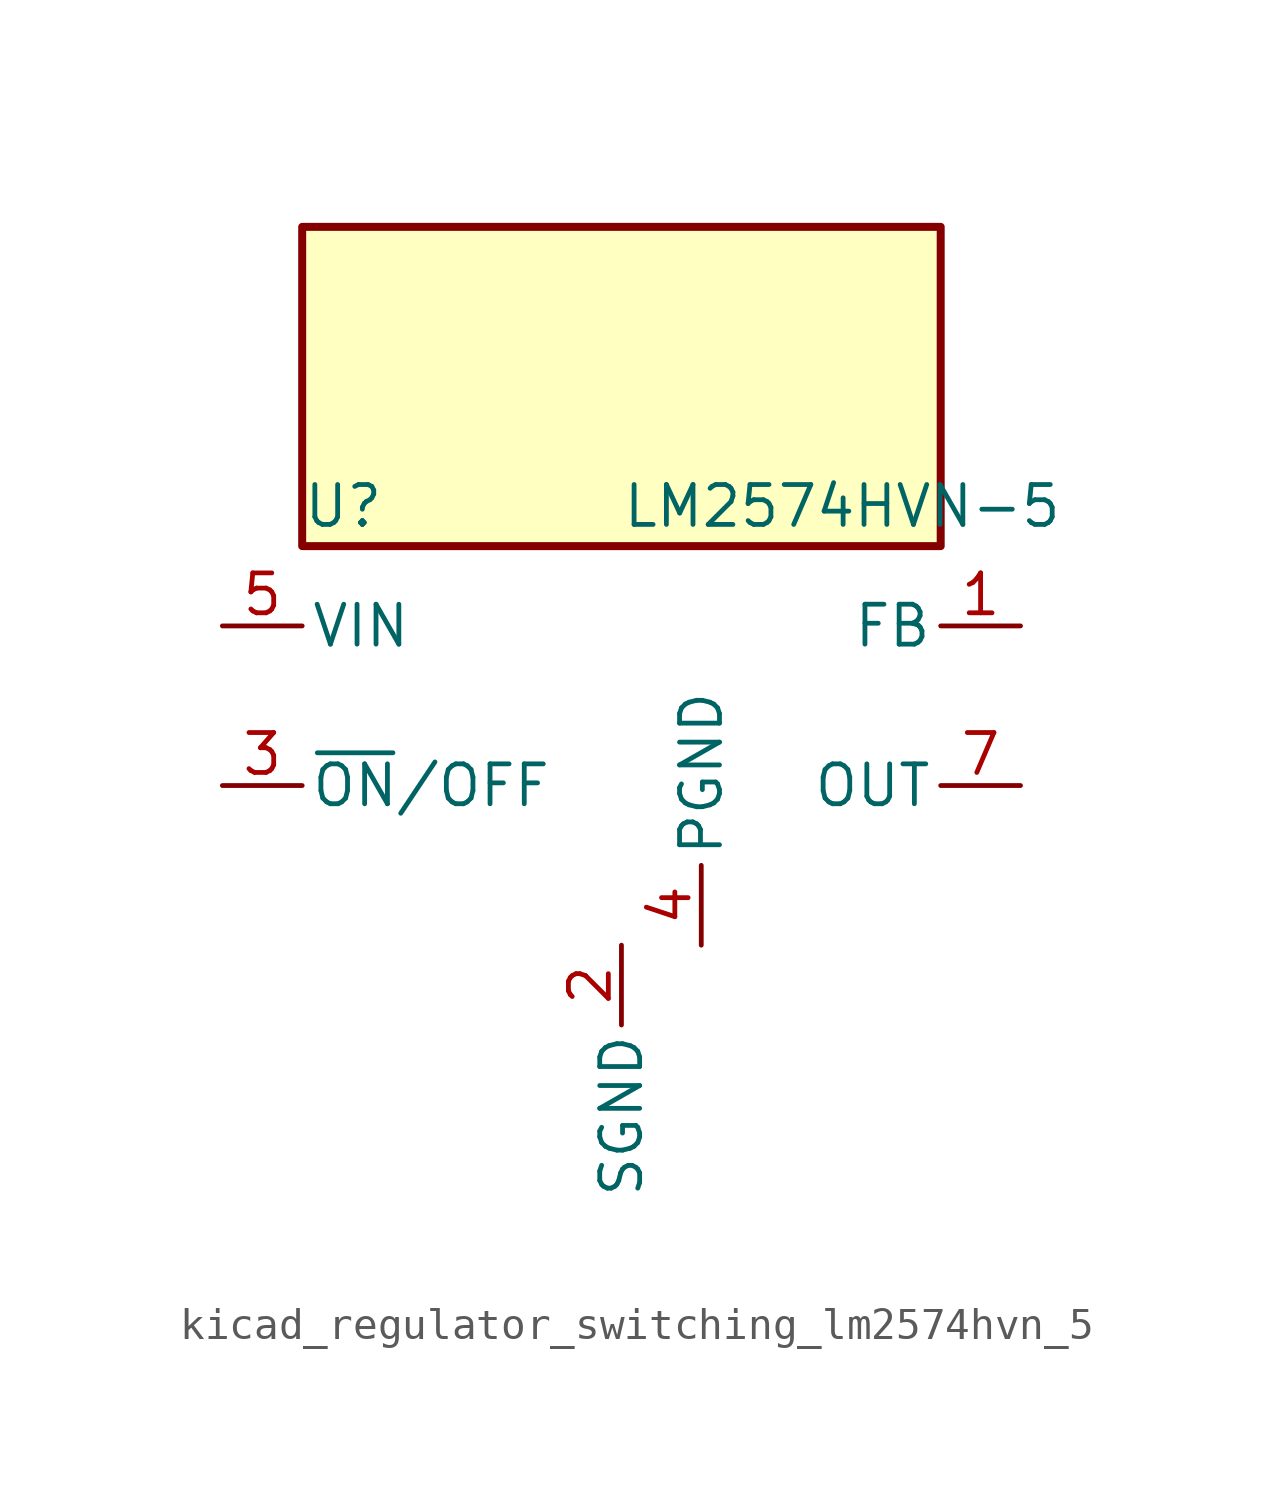
<source format=kicad_sym>
(kicad_symbol_lib
  (version 20220914)
  (generator kicad_symbol_editor)
  (symbol "kicad_regulator_switching_lm2574hvn_5"
    (pin_names
      (offset 0.254))
    (property "Reference" "U"
      (at -10.16 6.35 0)
      (effects (font (size 1.27 1.27)) (justify left)))
    (property "Value" "LM2574HVN-5"
      (at 0 6.35 0)
      (effects (font (size 1.27 1.27)) (justify left)))
    (symbol "kicad_regulator_switching_lm2574hvn_5_0_1"
      (rectangle (start 10.16 15.24) (end -10.16 5.08) (stroke (width 0.254) (type default)) (fill (type background))))
    (symbol "kicad_regulator_switching_lm2574hvn_5_1_1"
      (pin input line (at 12.7 2.54 180) (length 2.54) (name "FB" (effects (font (size 1.27 1.27)))) (number "1" (effects (font (size 1.27 1.27)))))
      (pin power_in line (at 0 -7.62 270) (length 2.54) (name "SGND" (effects (font (size 1.27 1.27)))) (number "2" (effects (font (size 1.27 1.27)))))
      (pin input line (at -12.7 -2.54 0) (length 2.54) (name "~{ON}/OFF" (effects (font (size 1.27 1.27)))) (number "3" (effects (font (size 1.27 1.27)))))
      (pin power_in line (at 2.54 -7.62 90) (length 2.54) (name "PGND" (effects (font (size 1.27 1.27)))) (number "4" (effects (font (size 1.27 1.27)))))
      (pin power_in line (at -12.7 2.54 0) (length 2.54) (name "VIN" (effects (font (size 1.27 1.27)))) (number "5" (effects (font (size 1.27 1.27)))))
      (pin no_connect line (at -10.16 0 0) (length 2.54) hide (name "NC" (effects (font (size 1.27 1.27)))) (number "6" (effects (font (size 1.27 1.27)))))
      (pin output line (at 12.7 -2.54 180) (length 2.54) (name "OUT" (effects (font (size 1.27 1.27)))) (number "7" (effects (font (size 1.27 1.27)))))
      (pin no_connect line (at 10.16 0 180) (length 2.54) hide (name "NC" (effects (font (size 1.27 1.27)))) (number "8" (effects (font (size 1.27 1.27))))))))
</source>
